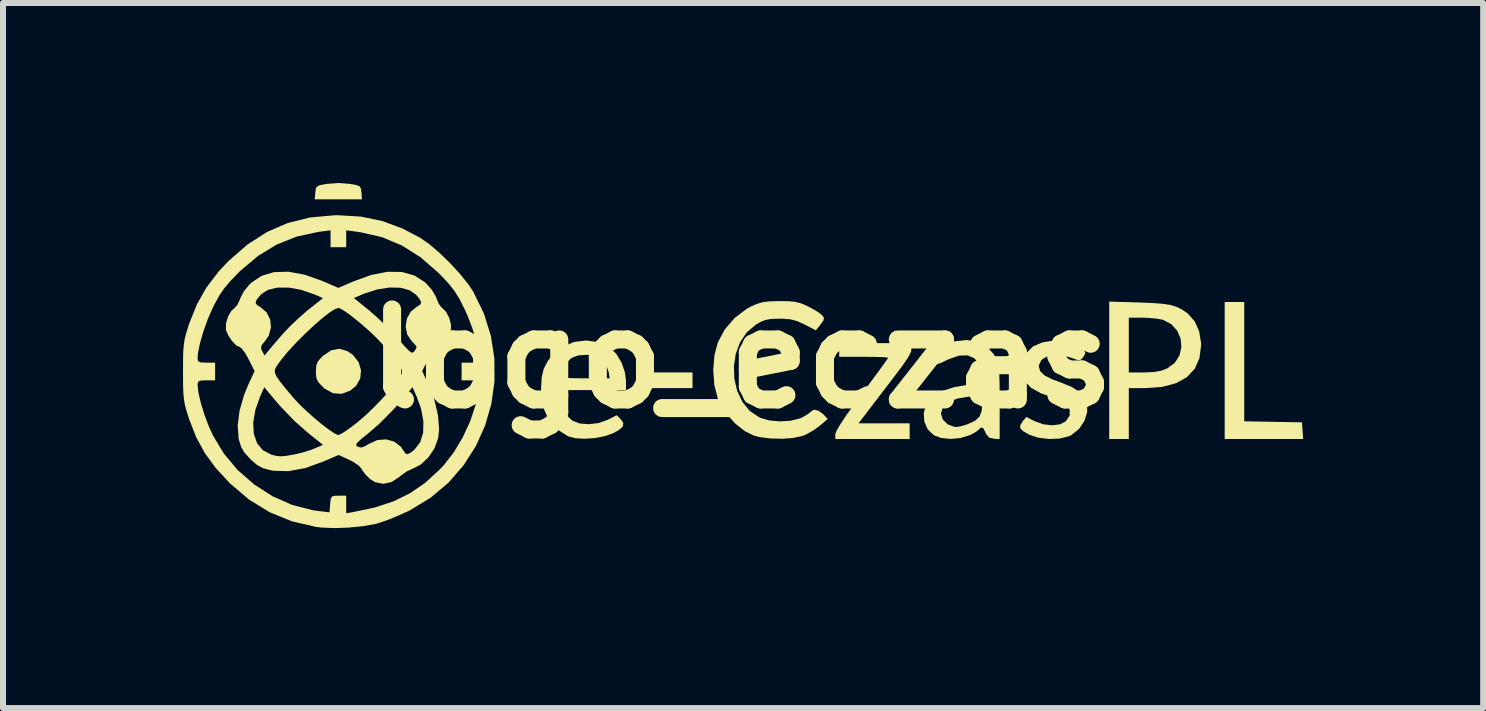
<source format=kicad_pcb>
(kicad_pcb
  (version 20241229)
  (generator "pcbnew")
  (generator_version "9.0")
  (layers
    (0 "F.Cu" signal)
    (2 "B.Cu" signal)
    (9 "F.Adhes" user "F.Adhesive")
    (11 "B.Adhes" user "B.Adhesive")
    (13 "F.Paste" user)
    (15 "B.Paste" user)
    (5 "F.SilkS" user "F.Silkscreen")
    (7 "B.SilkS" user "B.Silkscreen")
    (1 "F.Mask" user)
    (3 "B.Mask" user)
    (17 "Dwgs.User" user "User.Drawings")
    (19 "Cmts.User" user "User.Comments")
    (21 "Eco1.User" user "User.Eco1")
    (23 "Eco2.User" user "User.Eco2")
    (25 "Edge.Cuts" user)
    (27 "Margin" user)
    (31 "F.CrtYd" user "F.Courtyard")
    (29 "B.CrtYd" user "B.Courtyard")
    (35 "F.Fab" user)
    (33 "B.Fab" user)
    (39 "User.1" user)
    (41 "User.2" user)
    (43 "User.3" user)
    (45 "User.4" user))
  (footprint "logo_eczas"
    (layer "F.Cu")
    (at 9.306 2.929)
    (property "Reference" "logo_eczas" (at 0 0 0) (layer "F.SilkS") (effects (font (size 1.5 1.5) (thickness 0.3))))
    (attr board_only exclude_from_pos_files exclude_from_bom)
    (fp_poly (pts (xy -0.815 0.359) (xy -0.815 0.489) (xy -1.206 0.489) (xy -1.598 0.489) (xy -1.598 0.359) (xy -1.598 0.228) (xy -1.206 0.228) (xy -0.815 0.228)) (stroke (width 0) (type solid)) (fill yes) (layer "F.SilkS"))
    (fp_poly (pts (xy 8.38 0.048) (xy 8.38 1.042) (xy 8.861 1.051) (xy 9.342 1.06) (xy 9.352 1.198) (xy 9.362 1.337) (xy 8.708 1.337) (xy 8.054 1.337) (xy 8.054 0.196) (xy 8.054 -0.946) (xy 8.217 -0.946) (xy 8.38 -0.946)) (stroke (width 0) (type solid)) (fill yes) (layer "F.SilkS"))
    (fp_poly (pts (xy -6.529 -2.915) (xy -6.424 -2.897) (xy -6.367 -2.876) (xy -6.342 -2.841) (xy -6.333 -2.779) (xy -6.332 -2.771) (xy -6.323 -2.657) (xy -6.717 -2.657) (xy -7.111 -2.657) (xy -7.101 -2.771) (xy -7.093 -2.836) (xy -7.07 -2.873) (xy -7.017 -2.895) (xy -6.918 -2.913) (xy -6.904 -2.915) (xy -6.71 -2.929)) (stroke (width 0) (type solid)) (fill yes) (layer "F.SilkS"))
    (fp_poly (pts (xy -6.566 -0.127) (xy -6.474 -0.063) (xy -6.379 0.058) (xy -6.339 0.193) (xy -6.353 0.329) (xy -6.421 0.45) (xy -6.519 0.531) (xy -6.664 0.585) (xy -6.807 0.574) (xy -6.944 0.498) (xy -6.97 0.475) (xy -7.045 0.398) (xy -7.081 0.33) (xy -7.092 0.24) (xy -7.092 0.212) (xy -7.085 0.112) (xy -7.057 0.042) (xy -6.992 -0.031) (xy -6.97 -0.051) (xy -6.835 -0.142) (xy -6.7 -0.167)) (stroke (width 0) (type solid)) (fill yes) (layer "F.SilkS"))
    (fp_poly (pts (xy 2.608 -0.26) (xy 2.727 -0.25) (xy 2.803 -0.226) (xy 2.836 -0.184) (xy 2.826 -0.117) (xy 2.776 -0.019) (xy 2.685 0.114) (xy 2.554 0.288) (xy 2.385 0.509) (xy 2.357 0.546) (xy 1.952 1.076) (xy 2.378 1.076) (xy 2.804 1.076) (xy 2.804 1.206) (xy 2.804 1.337) (xy 2.185 1.337) (xy 1.565 1.337) (xy 1.565 1.257) (xy 1.586 1.199) (xy 1.648 1.093) (xy 1.749 0.941) (xy 1.889 0.746) (xy 2.005 0.588) (xy 2.132 0.418) (xy 2.244 0.266) (xy 2.337 0.139) (xy 2.404 0.045) (xy 2.441 -0.008) (xy 2.445 -0.016) (xy 2.415 -0.023) (xy 2.331 -0.028) (xy 2.208 -0.031) (xy 2.055 -0.033) (xy 2.038 -0.033) (xy 1.63 -0.033) (xy 1.63 -0.147) (xy 1.63 -0.261) (xy 2.234 -0.261) (xy 2.443 -0.261)) (stroke (width 0) (type solid)) (fill yes) (layer "F.SilkS"))
    (fp_poly (pts (xy 6.627 -0.938) (xy 6.85 -0.929) (xy 7.02 -0.916) (xy 7.15 -0.896) (xy 7.254 -0.865) (xy 7.343 -0.82) (xy 7.431 -0.76) (xy 7.446 -0.747) (xy 7.555 -0.623) (xy 7.629 -0.456) (xy 7.66 -0.263) (xy 7.661 -0.228) (xy 7.634 -0.012) (xy 7.555 0.167) (xy 7.424 0.307) (xy 7.242 0.408) (xy 7.01 0.469) (xy 6.728 0.489) (xy 6.728 0.489) (xy 6.456 0.489) (xy 6.456 0.913) (xy 6.456 1.337) (xy 6.293 1.337) (xy 6.13 1.337) (xy 6.13 0.192) (xy 6.13 -0.685) (xy 6.456 -0.685) (xy 6.456 -0.228) (xy 6.456 0.228) (xy 6.707 0.228) (xy 6.875 0.221) (xy 7.003 0.197) (xy 7.095 0.162) (xy 7.221 0.069) (xy 7.3 -0.053) (xy 7.332 -0.191) (xy 7.32 -0.334) (xy 7.264 -0.466) (xy 7.166 -0.575) (xy 7.028 -0.648) (xy 7.012 -0.652) (xy 6.917 -0.669) (xy 6.788 -0.681) (xy 6.676 -0.685) (xy 6.456 -0.685) (xy 6.13 -0.685) (xy 6.13 -0.953)) (stroke (width 0) (type solid)) (fill yes) (layer "F.SilkS"))
    (fp_poly (pts (xy 5.388 -0.29) (xy 5.559 -0.241) (xy 5.643 -0.194) (xy 5.713 -0.139) (xy 5.733 -0.097) (xy 5.709 -0.046) (xy 5.69 -0.02) (xy 5.657 0.016) (xy 5.619 0.024) (xy 5.553 0.004) (xy 5.511 -0.012) (xy 5.355 -0.056) (xy 5.21 -0.063) (xy 5.088 -0.037) (xy 5 0.02) (xy 4.958 0.105) (xy 4.956 0.13) (xy 4.979 0.208) (xy 5.051 0.277) (xy 5.178 0.342) (xy 5.31 0.39) (xy 5.51 0.472) (xy 5.655 0.571) (xy 5.74 0.683) (xy 5.757 0.729) (xy 5.764 0.882) (xy 5.717 1.035) (xy 5.626 1.17) (xy 5.499 1.272) (xy 5.456 1.292) (xy 5.305 1.33) (xy 5.126 1.337) (xy 4.946 1.315) (xy 4.796 1.265) (xy 4.793 1.263) (xy 4.692 1.205) (xy 4.645 1.155) (xy 4.649 1.103) (xy 4.688 1.044) (xy 4.748 0.97) (xy 4.883 1.039) (xy 5.027 1.091) (xy 5.176 1.109) (xy 5.309 1.093) (xy 5.406 1.042) (xy 5.406 1.042) (xy 5.469 0.95) (xy 5.472 0.854) (xy 5.421 0.765) (xy 5.32 0.691) (xy 5.218 0.652) (xy 4.994 0.577) (xy 4.83 0.486) (xy 4.723 0.377) (xy 4.67 0.246) (xy 4.663 0.163) (xy 4.69 0.026) (xy 4.762 -0.107) (xy 4.861 -0.206) (xy 4.865 -0.208) (xy 5.018 -0.274) (xy 5.2 -0.302)) (stroke (width 0) (type solid)) (fill yes) (layer "F.SilkS"))
    (fp_poly (pts (xy -2.382 -0.275) (xy -2.196 -0.188) (xy -2.192 -0.186) (xy -2.085 -0.081) (xy -1.997 0.065) (xy -1.94 0.231) (xy -1.924 0.365) (xy -1.924 0.522) (xy -2.478 0.522) (xy -3.032 0.522) (xy -3.032 0.611) (xy -3.009 0.733) (xy -2.954 0.863) (xy -2.879 0.976) (xy -2.817 1.032) (xy -2.697 1.078) (xy -2.543 1.091) (xy -2.38 1.071) (xy -2.229 1.018) (xy -2.221 1.014) (xy -2.078 0.94) (xy -2.013 1.005) (xy -1.968 1.07) (xy -1.977 1.128) (xy -2.042 1.188) (xy -2.141 1.242) (xy -2.28 1.291) (xy -2.447 1.322) (xy -2.62 1.333) (xy -2.776 1.323) (xy -2.886 1.293) (xy -3.073 1.176) (xy -3.211 1.019) (xy -3.299 0.82) (xy -3.337 0.579) (xy -3.339 0.505) (xy -3.329 0.313) (xy -3.328 0.309) (xy -3.032 0.309) (xy -3.002 0.315) (xy -2.918 0.321) (xy -2.794 0.324) (xy -2.641 0.326) (xy -2.614 0.326) (xy -2.196 0.326) (xy -2.21 0.228) (xy -2.242 0.139) (xy -2.303 0.046) (xy -2.316 0.032) (xy -2.379 -0.026) (xy -2.445 -0.055) (xy -2.539 -0.065) (xy -2.585 -0.065) (xy -2.717 -0.056) (xy -2.811 -0.023) (xy -2.853 0.005) (xy -2.916 0.073) (xy -2.977 0.166) (xy -3.021 0.257) (xy -3.032 0.309) (xy -3.328 0.309) (xy -3.293 0.163) (xy -3.224 0.033) (xy -3.135 -0.076) (xy -2.974 -0.204) (xy -2.785 -0.281) (xy -2.583 -0.305)) (stroke (width 0) (type solid)) (fill yes) (layer "F.SilkS"))
    (fp_poly (pts (xy 0.788 -0.959) (xy 0.899 -0.948) (xy 0.991 -0.925) (xy 1.087 -0.884) (xy 1.112 -0.872) (xy 1.218 -0.815) (xy 1.305 -0.759) (xy 1.345 -0.726) (xy 1.375 -0.683) (xy 1.369 -0.642) (xy 1.324 -0.578) (xy 1.319 -0.571) (xy 1.241 -0.474) (xy 1.053 -0.571) (xy 0.93 -0.627) (xy 0.819 -0.657) (xy 0.689 -0.668) (xy 0.633 -0.668) (xy 0.499 -0.664) (xy 0.401 -0.647) (xy 0.313 -0.611) (xy 0.242 -0.57) (xy 0.089 -0.441) (xy -0.022 -0.275) (xy -0.094 -0.083) (xy -0.125 0.123) (xy -0.118 0.333) (xy -0.071 0.534) (xy 0.014 0.716) (xy 0.138 0.868) (xy 0.298 0.977) (xy 0.307 0.982) (xy 0.46 1.027) (xy 0.64 1.044) (xy 0.82 1.033) (xy 0.975 0.994) (xy 1.01 0.979) (xy 1.093 0.932) (xy 1.148 0.891) (xy 1.157 0.881) (xy 1.209 0.849) (xy 1.284 0.865) (xy 1.364 0.923) (xy 1.366 0.925) (xy 1.438 1.003) (xy 1.302 1.119) (xy 1.192 1.198) (xy 1.068 1.266) (xy 1.017 1.286) (xy 0.868 1.319) (xy 0.681 1.333) (xy 0.484 1.328) (xy 0.302 1.305) (xy 0.217 1.284) (xy 0.061 1.209) (xy -0.096 1.086) (xy -0.238 0.932) (xy -0.35 0.761) (xy -0.392 0.668) (xy -0.451 0.438) (xy -0.47 0.184) (xy -0.448 -0.068) (xy -0.391 -0.276) (xy -0.276 -0.49) (xy -0.112 -0.681) (xy 0.086 -0.831) (xy 0.159 -0.871) (xy 0.262 -0.916) (xy 0.356 -0.943) (xy 0.466 -0.956) (xy 0.614 -0.961) (xy 0.636 -0.961)) (stroke (width 0) (type solid)) (fill yes) (layer "F.SilkS"))
    (fp_poly (pts (xy 3.931 -0.284) (xy 4.085 -0.206) (xy 4.203 -0.08) (xy 4.236 -0.021) (xy 4.261 0.034) (xy 4.278 0.093) (xy 4.29 0.167) (xy 4.298 0.266) (xy 4.302 0.402) (xy 4.304 0.585) (xy 4.304 0.728) (xy 4.304 1.337) (xy 4.231 1.336) (xy 4.133 1.317) (xy 4.076 1.252) (xy 4.062 1.215) (xy 4.027 1.152) (xy 3.984 1.149) (xy 3.96 1.177) (xy 3.918 1.212) (xy 3.84 1.257) (xy 3.803 1.274) (xy 3.65 1.321) (xy 3.483 1.336) (xy 3.325 1.319) (xy 3.208 1.275) (xy 3.105 1.177) (xy 3.048 1.047) (xy 3.04 0.913) (xy 3.326 0.913) (xy 3.355 1.012) (xy 3.434 1.09) (xy 3.544 1.133) (xy 3.587 1.137) (xy 3.648 1.127) (xy 3.737 1.102) (xy 3.76 1.094) (xy 3.891 1.035) (xy 3.968 0.965) (xy 4.004 0.868) (xy 4.011 0.773) (xy 4.011 0.61) (xy 3.799 0.63) (xy 3.596 0.664) (xy 3.448 0.724) (xy 3.357 0.806) (xy 3.326 0.912) (xy 3.326 0.913) (xy 3.04 0.913) (xy 3.039 0.901) (xy 3.081 0.758) (xy 3.107 0.714) (xy 3.207 0.616) (xy 3.358 0.534) (xy 3.55 0.472) (xy 3.768 0.435) (xy 3.789 0.433) (xy 4.018 0.414) (xy 4.002 0.25) (xy 3.964 0.097) (xy 3.886 -0.006) (xy 3.773 -0.056) (xy 3.63 -0.053) (xy 3.46 0.005) (xy 3.437 0.016) (xy 3.322 0.071) (xy 3.248 0.092) (xy 3.201 0.082) (xy 3.167 0.04) (xy 3.161 0.03) (xy 3.138 -0.035) (xy 3.154 -0.09) (xy 3.216 -0.144) (xy 3.331 -0.208) (xy 3.344 -0.214) (xy 3.552 -0.29) (xy 3.751 -0.313)) (stroke (width 0) (type solid)) (fill yes) (layer "F.SilkS"))
    (fp_poly (pts (xy -6.338 -2.369) (xy -5.987 -2.296) (xy -5.645 -2.169) (xy -5.355 -2.017) (xy -5.202 -1.911) (xy -5.03 -1.764) (xy -4.854 -1.593) (xy -4.688 -1.412) (xy -4.548 -1.237) (xy -4.469 -1.118) (xy -4.293 -0.758) (xy -4.176 -0.385) (xy -4.117 -0.005) (xy -4.115 0.375) (xy -4.167 0.75) (xy -4.271 1.112) (xy -4.426 1.456) (xy -4.63 1.775) (xy -4.88 2.063) (xy -5.176 2.313) (xy -5.515 2.52) (xy -5.551 2.538) (xy -5.711 2.611) (xy -5.876 2.679) (xy -6.023 2.731) (xy -6.099 2.753) (xy -6.302 2.789) (xy -6.536 2.813) (xy -6.774 2.822) (xy -6.99 2.814) (xy -7.092 2.802) (xy -7.491 2.709) (xy -7.861 2.558) (xy -8.203 2.349) (xy -8.52 2.08) (xy -8.53 2.07) (xy -8.761 1.82) (xy -8.943 1.572) (xy -9.087 1.306) (xy -9.205 1.004) (xy -9.244 0.881) (xy -9.272 0.78) (xy -9.29 0.683) (xy -9.3 0.573) (xy -9.305 0.435) (xy -9.305 0.426) (xy -9.064 0.426) (xy -9.05 0.562) (xy -9.009 0.737) (xy -8.949 0.933) (xy -8.874 1.131) (xy -8.81 1.272) (xy -8.626 1.58) (xy -8.392 1.858) (xy -8.117 2.097) (xy -7.812 2.292) (xy -7.484 2.437) (xy -7.143 2.524) (xy -7.072 2.534) (xy -6.864 2.56) (xy -6.854 2.421) (xy -6.844 2.334) (xy -6.822 2.294) (xy -6.767 2.283) (xy -6.715 2.282) (xy -6.586 2.282) (xy -6.586 2.428) (xy -6.586 2.574) (xy -6.48 2.557) (xy -6.115 2.48) (xy -5.8 2.377) (xy -5.522 2.241) (xy -5.268 2.066) (xy -5.028 1.845) (xy -4.959 1.772) (xy -4.795 1.562) (xy -4.645 1.311) (xy -4.52 1.042) (xy -4.433 0.779) (xy -4.421 0.727) (xy -4.387 0.57) (xy -4.371 0.465) (xy -4.375 0.402) (xy -4.402 0.371) (xy -4.455 0.36) (xy -4.516 0.359) (xy -4.663 0.359) (xy -4.663 0.212) (xy -4.663 0.065) (xy -4.516 0.065) (xy -4.424 0.061) (xy -4.381 0.044) (xy -4.369 0.005) (xy -4.369 -0.002) (xy -4.384 -0.138) (xy -4.424 -0.312) (xy -4.484 -0.508) (xy -4.559 -0.707) (xy -4.623 -0.848) (xy -4.702 -1.002) (xy -4.779 -1.126) (xy -4.87 -1.242) (xy -4.988 -1.37) (xy -5.052 -1.435) (xy -5.348 -1.692) (xy -5.658 -1.888) (xy -5.988 -2.026) (xy -6.344 -2.108) (xy -6.383 -2.114) (xy -6.586 -2.141) (xy -6.586 -2) (xy -6.586 -1.859) (xy -6.717 -1.859) (xy -6.847 -1.859) (xy -6.847 -2) (xy -6.847 -2.141) (xy -7.051 -2.114) (xy -7.41 -2.037) (xy -7.742 -1.905) (xy -8.054 -1.715) (xy -8.351 -1.465) (xy -8.381 -1.435) (xy -8.517 -1.295) (xy -8.618 -1.176) (xy -8.699 -1.058) (xy -8.775 -0.919) (xy -8.811 -0.848) (xy -8.893 -0.66) (xy -8.965 -0.46) (xy -9.021 -0.268) (xy -9.056 -0.101) (xy -9.064 -0.002) (xy -9.055 0.04) (xy -9.017 0.06) (xy -8.932 0.065) (xy -8.918 0.065) (xy -8.771 0.065) (xy -8.771 0.212) (xy -8.771 0.359) (xy -8.918 0.359) (xy -9.009 0.363) (xy -9.052 0.38) (xy -9.064 0.419) (xy -9.064 0.426) (xy -9.305 0.426) (xy -9.306 0.251) (xy -9.306 0.212) (xy -9.305 0.018) (xy -9.302 -0.127) (xy -9.292 -0.241) (xy -9.276 -0.339) (xy -9.25 -0.438) (xy -9.213 -0.556) (xy -9.205 -0.58) (xy -9.076 -0.904) (xy -8.915 -1.189) (xy -8.712 -1.455) (xy -8.546 -1.63) (xy -8.233 -1.903) (xy -7.906 -2.113) (xy -7.559 -2.263) (xy -7.188 -2.355) (xy -6.788 -2.391) (xy -6.717 -2.392)) (stroke (width 0) (type solid)) (fill yes) (layer "F.SilkS"))
    (fp_poly (pts (xy -7.282 -1.402) (xy -6.985 -1.297) (xy -6.967 -1.289) (xy -6.717 -1.181) (xy -6.467 -1.289) (xy -6.168 -1.397) (xy -5.898 -1.45) (xy -5.657 -1.446) (xy -5.448 -1.387) (xy -5.271 -1.273) (xy -5.262 -1.264) (xy -5.156 -1.146) (xy -5.088 -1.027) (xy -5.081 -1.005) (xy -5.044 -0.916) (xy -4.999 -0.855) (xy -4.987 -0.847) (xy -4.921 -0.782) (xy -4.868 -0.679) (xy -4.84 -0.565) (xy -4.842 -0.487) (xy -4.877 -0.398) (xy -4.936 -0.307) (xy -5.003 -0.234) (xy -5.063 -0.197) (xy -5.073 -0.196) (xy -5.109 -0.168) (xy -5.161 -0.097) (xy -5.218 0.003) (xy -5.219 0.005) (xy -5.32 0.205) (xy -5.218 0.427) (xy -5.116 0.69) (xy -5.056 0.945) (xy -5.038 1.177) (xy -5.054 1.323) (xy -5.115 1.492) (xy -5.217 1.644) (xy -5.346 1.764) (xy -5.472 1.828) (xy -5.576 1.877) (xy -5.678 1.949) (xy -5.695 1.964) (xy -5.827 2.053) (xy -5.968 2.084) (xy -6.105 2.057) (xy -6.191 2.003) (xy -6.266 1.929) (xy -6.319 1.856) (xy -6.326 1.84) (xy -6.376 1.781) (xy -6.473 1.716) (xy -6.534 1.685) (xy -6.713 1.603) (xy -6.965 1.712) (xy -7.271 1.822) (xy -7.55 1.873) (xy -7.802 1.866) (xy -7.848 1.857) (xy -7.971 1.824) (xy -8.067 1.774) (xy -8.165 1.691) (xy -8.188 1.667) (xy -8.281 1.565) (xy -8.337 1.471) (xy -8.372 1.357) (xy -8.379 1.327) (xy -8.395 1.112) (xy -8.389 1.066) (xy -8.136 1.066) (xy -8.126 1.252) (xy -8.072 1.407) (xy -7.976 1.524) (xy -7.839 1.596) (xy -7.838 1.597) (xy -7.755 1.618) (xy -7.68 1.626) (xy -7.591 1.619) (xy -7.464 1.597) (xy -7.454 1.596) (xy -7.318 1.564) (xy -7.18 1.521) (xy -7.12 1.498) (xy -6.973 1.435) (xy -6.983 1.427) (xy -6.42 1.427) (xy -6.415 1.451) (xy -6.393 1.466) (xy -6.338 1.48) (xy -6.273 1.458) (xy -6.209 1.419) (xy -6.068 1.355) (xy -5.922 1.343) (xy -5.786 1.381) (xy -5.677 1.464) (xy -5.638 1.522) (xy -5.601 1.578) (xy -5.563 1.591) (xy -5.506 1.561) (xy -5.448 1.514) (xy -5.354 1.393) (xy -5.304 1.233) (xy -5.3 1.042) (xy -5.34 0.828) (xy -5.413 0.628) (xy -5.482 0.473) (xy -5.548 0.554) (xy -5.791 0.837) (xy -6.034 1.083) (xy -6.218 1.242) (xy -6.328 1.331) (xy -6.393 1.39) (xy -6.42 1.427) (xy -6.983 1.427) (xy -7.214 1.243) (xy -7.452 1.033) (xy -7.7 0.774) (xy -7.886 0.554) (xy -7.951 0.473) (xy -8.021 0.628) (xy -8.101 0.856) (xy -8.136 1.066) (xy -8.389 1.066) (xy -8.364 0.867) (xy -8.289 0.604) (xy -8.216 0.427) (xy -8.113 0.205) (xy -8.12 0.192) (xy -7.777 0.192) (xy -7.774 0.236) (xy -7.748 0.294) (xy -7.694 0.373) (xy -7.607 0.483) (xy -7.483 0.631) (xy -7.457 0.661) (xy -7.365 0.76) (xy -7.25 0.87) (xy -7.124 0.982) (xy -6.997 1.088) (xy -6.88 1.177) (xy -6.786 1.241) (xy -6.724 1.271) (xy -6.717 1.272) (xy -6.671 1.252) (xy -6.589 1.2) (xy -6.482 1.123) (xy -6.397 1.057) (xy -6.261 0.94) (xy -6.116 0.8) (xy -5.971 0.65) (xy -5.841 0.502) (xy -5.736 0.371) (xy -5.67 0.271) (xy -5.656 0.232) (xy -5.66 0.188) (xy -5.686 0.13) (xy -5.74 0.051) (xy -5.826 -0.059) (xy -5.951 -0.207) (xy -5.977 -0.237) (xy -6.069 -0.336) (xy -6.183 -0.446) (xy -6.31 -0.558) (xy -6.437 -0.664) (xy -6.553 -0.753) (xy -6.648 -0.817) (xy -6.709 -0.847) (xy -6.717 -0.848) (xy -6.781 -0.824) (xy -6.879 -0.76) (xy -7.001 -0.663) (xy -7.138 -0.543) (xy -7.282 -0.407) (xy -7.423 -0.265) (xy -7.553 -0.124) (xy -7.662 0.006) (xy -7.742 0.117) (xy -7.763 0.153) (xy -7.777 0.192) (xy -8.12 0.192) (xy -8.214 0.005) (xy -8.271 -0.096) (xy -8.324 -0.168) (xy -8.361 -0.196) (xy -8.361 -0.196) (xy -8.418 -0.222) (xy -8.484 -0.29) (xy -8.546 -0.379) (xy -8.587 -0.47) (xy -8.591 -0.487) (xy -8.59 -0.589) (xy -8.556 -0.703) (xy -8.499 -0.8) (xy -8.446 -0.847) (xy -8.402 -0.896) (xy -8.384 -0.934) (xy -8.098 -0.934) (xy -8.072 -0.895) (xy -8.02 -0.863) (xy -7.914 -0.775) (xy -7.853 -0.655) (xy -7.84 -0.52) (xy -7.877 -0.385) (xy -7.943 -0.29) (xy -7.996 -0.226) (xy -8.007 -0.177) (xy -7.987 -0.128) (xy -7.947 -0.053) (xy -7.884 -0.132) (xy -7.832 -0.194) (xy -7.753 -0.287) (xy -7.66 -0.394) (xy -7.638 -0.42) (xy -7.522 -0.542) (xy -7.38 -0.677) (xy -7.24 -0.799) (xy -7.214 -0.82) (xy -6.973 -1.011) (xy -6.975 -1.012) (xy -6.459 -1.012) (xy -6.206 -0.808) (xy -6.068 -0.687) (xy -5.915 -0.54) (xy -5.774 -0.392) (xy -5.723 -0.335) (xy -5.621 -0.217) (xy -5.551 -0.143) (xy -5.506 -0.107) (xy -5.476 -0.102) (xy -5.454 -0.12) (xy -5.453 -0.121) (xy -5.42 -0.174) (xy -5.413 -0.196) (xy -5.434 -0.23) (xy -5.486 -0.286) (xy -5.494 -0.293) (xy -5.57 -0.405) (xy -5.596 -0.537) (xy -5.574 -0.671) (xy -5.508 -0.788) (xy -5.414 -0.863) (xy -5.352 -0.903) (xy -5.336 -0.943) (xy -5.367 -1.001) (xy -5.423 -1.068) (xy -5.533 -1.144) (xy -5.686 -1.184) (xy -5.871 -1.187) (xy -6.075 -1.154) (xy -6.288 -1.085) (xy -6.31 -1.076) (xy -6.459 -1.012) (xy -6.975 -1.012) (xy -7.123 -1.075) (xy -7.337 -1.149) (xy -7.543 -1.186) (xy -7.73 -1.186) (xy -7.887 -1.15) (xy -8.001 -1.078) (xy -8.01 -1.068) (xy -8.078 -0.986) (xy -8.098 -0.934) (xy -8.384 -0.934) (xy -8.361 -0.98) (xy -8.353 -1.005) (xy -8.294 -1.122) (xy -8.195 -1.242) (xy -8.172 -1.264) (xy -7.997 -1.382) (xy -7.79 -1.444) (xy -7.551 -1.451)) (stroke (width 0) (type solid)) (fill yes) (layer "F.SilkS")))
  (gr_rect
    (start -3 -3)
    (end 21.668 8.75)
    (stroke (width 0.1) (type default))
    (fill no)
    (layer "Edge.Cuts")))
</source>
